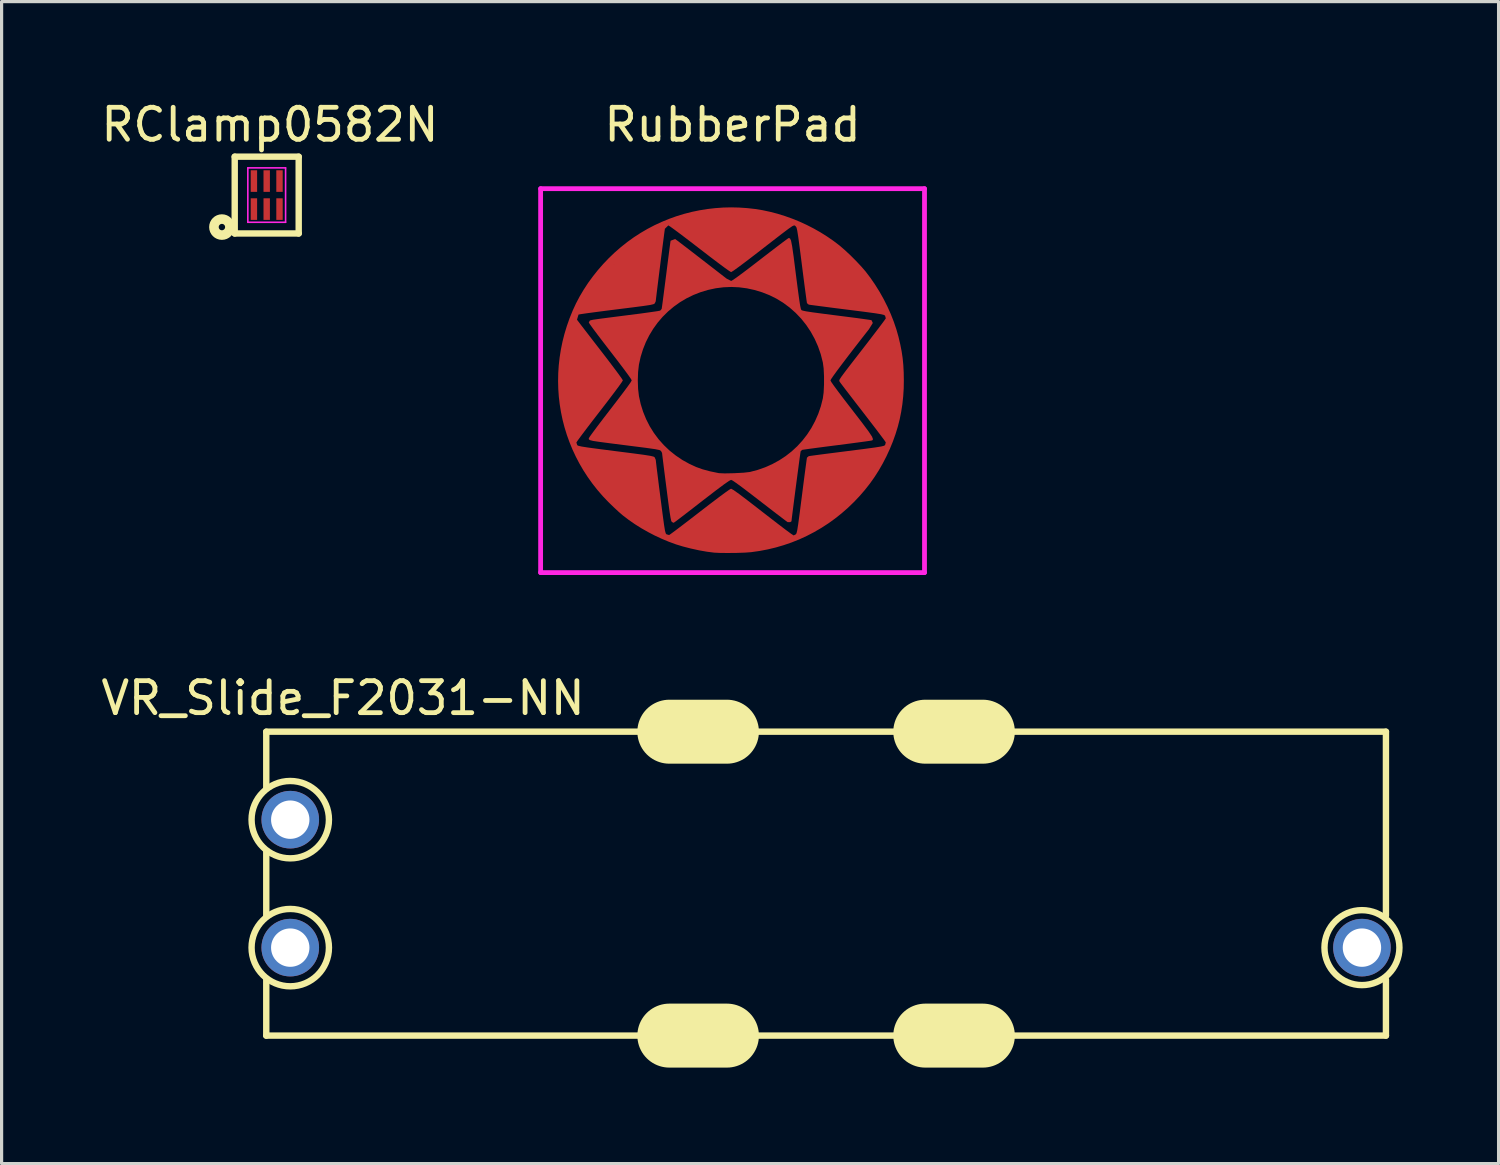
<source format=kicad_pcb>
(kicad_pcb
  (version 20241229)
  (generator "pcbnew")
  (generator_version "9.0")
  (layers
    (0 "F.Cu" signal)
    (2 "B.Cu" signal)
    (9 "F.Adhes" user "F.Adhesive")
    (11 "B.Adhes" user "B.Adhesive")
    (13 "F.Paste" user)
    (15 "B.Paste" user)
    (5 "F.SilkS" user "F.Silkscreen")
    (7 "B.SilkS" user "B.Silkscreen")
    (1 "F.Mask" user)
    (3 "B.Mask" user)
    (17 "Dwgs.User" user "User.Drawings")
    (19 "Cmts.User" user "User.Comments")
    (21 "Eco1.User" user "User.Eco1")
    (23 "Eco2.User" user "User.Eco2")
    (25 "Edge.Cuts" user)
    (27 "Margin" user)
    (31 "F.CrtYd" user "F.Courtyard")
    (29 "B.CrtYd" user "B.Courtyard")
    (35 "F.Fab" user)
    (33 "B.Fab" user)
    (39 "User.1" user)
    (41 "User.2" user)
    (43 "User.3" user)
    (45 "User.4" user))
  (footprint "RubberPad"
    (layer "F.Cu")
    (at 19.849 8.848)
    (property "Reference" "RubberPad" (at 0 -8 0) (layer "F.SilkS") (effects (font (size 1 1) (thickness 0.15))))
    (attr exclude_from_pos_files exclude_from_bom)
    (fp_poly (pts (xy -1.898 4.417) (xy -2.149 2.015) (xy -1.97 2.186) (xy -1.775 2.341) (xy -1.567 2.482) (xy -1.344 2.605) (xy -1.141 2.699) (xy -0.937 2.772) (xy -0.708 2.834) (xy -0.428 2.892) (xy -0.247 2.9) (xy 0.046 2.894) (xy 0.344 2.878) (xy 0.539 2.856) (xy 0.785 2.791) (xy 1.021 2.708) (xy 1.246 2.607) (xy 1.459 2.491) (xy 1.661 2.358) (xy 1.85 2.21) (xy 2.026 2.047) (xy 2.187 1.87) (xy 2.334 1.68) (xy 2.465 1.478) (xy 2.58 1.263) (xy 2.679 1.038) (xy 2.76 0.802) (xy 2.822 0.556) (xy 2.847 0.37) (xy 2.859 0.125) (xy 2.859 -0.139) (xy 2.847 -0.384) (xy 2.822 -0.569) (xy 2.757 -0.824) (xy 2.672 -1.069) (xy 2.567 -1.304) (xy 2.444 -1.528) (xy 2.303 -1.739) (xy 2.146 -1.936) (xy 1.971 -2.119) (xy 1.781 -2.287) (xy 1.575 -2.439) (xy 1.369 -2.564) (xy 1.151 -2.672) (xy 0.922 -2.762) (xy 0.687 -2.833) (xy 0.447 -2.885) (xy 0.204 -2.917) (xy -0.039 -2.928) (xy -0.279 -2.918) (xy -0.527 -2.887) (xy -0.767 -2.835) (xy -1 -2.765) (xy -1.224 -2.677) (xy -1.439 -2.572) (xy -1.643 -2.451) (xy -1.836 -2.313) (xy -2.017 -2.161) (xy -2.185 -1.995) (xy -2.339 -1.815) (xy -2.478 -1.623) (xy -2.602 -1.419) (xy -2.71 -1.204) (xy -2.8 -0.979) (xy -2.873 -0.744) (xy -2.927 -0.5) (xy -2.953 -0.271) (xy -2.962 -0.007) (xy -2.953 0.258) (xy -2.926 0.486) (xy -2.871 0.735) (xy -2.796 0.974) (xy -2.702 1.205) (xy -2.59 1.425) (xy -2.46 1.634) (xy -2.313 1.831) (xy -2.149 2.015) (xy -1.898 4.417) (xy -1.917 4.383) (xy -1.938 4.288) (xy -1.968 4.102) (xy -2.01 3.795) (xy -2.069 3.337) (xy -2.112 3.003) (xy -2.149 2.711) (xy -2.178 2.477) (xy -2.197 2.321) (xy -2.204 2.26) (xy -2.239 2.196) (xy -2.285 2.17) (xy -2.42 2.142) (xy -2.71 2.101) (xy -3.221 2.036) (xy -3.78 1.965) (xy -4.146 1.917) (xy -4.36 1.885) (xy -4.462 1.859) (xy -4.493 1.834) (xy -4.494 1.801) (xy -4.46 1.747) (xy -4.364 1.614) (xy -4.219 1.419) (xy -4.035 1.177) (xy -3.823 0.902) (xy -3.592 0.601) (xy -3.405 0.355) (xy -3.267 0.168) (xy -3.181 0.045) (xy -3.152 -0.008) (xy -3.181 -0.061) (xy -3.267 -0.184) (xy -3.405 -0.371) (xy -3.591 -0.617) (xy -3.823 -0.918) (xy -4.034 -1.192) (xy -4.218 -1.434) (xy -4.364 -1.629) (xy -4.459 -1.761) (xy -4.494 -1.815) (xy -4.466 -1.871) (xy -4.438 -1.886) (xy -4.356 -1.904) (xy -4.167 -1.931) (xy -3.815 -1.977) (xy -3.244 -2.05) (xy -2.874 -2.097) (xy -2.566 -2.14) (xy -2.352 -2.171) (xy -2.263 -2.188) (xy -2.216 -2.242) (xy -2.206 -2.306) (xy -2.185 -2.461) (xy -2.155 -2.691) (xy -2.118 -2.978) (xy -2.076 -3.303) (xy -2.035 -3.629) (xy -1.998 -3.917) (xy -1.968 -4.149) (xy -1.947 -4.307) (xy -1.937 -4.373) (xy -1.794 -4.426) (xy -1.715 -4.368) (xy -1.542 -4.236) (xy -1.298 -4.049) (xy -1.01 -3.826) (xy -0.719 -3.601) (xy -0.467 -3.406) (xy -0.28 -3.261) (xy -0.185 -3.188) (xy -0.044 -3.116) (xy 0.008 -3.144) (xy 0.128 -3.227) (xy 0.313 -3.363) (xy 0.56 -3.55) (xy 0.867 -3.787) (xy 1.141 -3.998) (xy 1.382 -4.182) (xy 1.574 -4.328) (xy 1.703 -4.423) (xy 1.754 -4.458) (xy 1.795 -4.446) (xy 1.827 -4.379) (xy 1.862 -4.203) (xy 1.91 -3.869) (xy 1.979 -3.324) (xy 2.038 -2.868) (xy 2.081 -2.553) (xy 2.111 -2.354) (xy 2.134 -2.247) (xy 2.152 -2.205) (xy 2.195 -2.188) (xy 2.304 -2.165) (xy 2.501 -2.135) (xy 2.806 -2.094) (xy 3.243 -2.038) (xy 3.578 -1.995) (xy 3.874 -1.957) (xy 4.113 -1.924) (xy 4.275 -1.901) (xy 4.343 -1.889) (xy 4.384 -1.802) (xy 4.263 -1.606) (xy 4.014 -1.288) (xy 3.785 -0.993) (xy 3.581 -0.727) (xy 3.404 -0.494) (xy 3.26 -0.301) (xy 3.152 -0.152) (xy 3.084 -0.052) (xy 3.06 -0.008) (xy 3.087 0.044) (xy 3.168 0.161) (xy 3.302 0.342) (xy 3.487 0.587) (xy 3.724 0.894) (xy 4.05 1.317) (xy 4.254 1.591) (xy 4.36 1.751) (xy 4.39 1.832) (xy 4.368 1.868) (xy 4.307 1.879) (xy 4.149 1.902) (xy 3.913 1.934) (xy 3.618 1.973) (xy 3.28 2.017) (xy 2.942 2.06) (xy 2.644 2.099) (xy 2.405 2.131) (xy 2.243 2.154) (xy 2.177 2.164) (xy 2.128 2.209) (xy 2.116 2.289) (xy 2.088 2.49) (xy 2.05 2.777) (xy 2.005 3.116) (xy 1.958 3.473) (xy 1.914 3.814) (xy 1.877 4.104) (xy 1.851 4.31) (xy 1.842 4.396) (xy 1.802 4.424) (xy 1.723 4.424) (xy 1.667 4.384) (xy 1.537 4.285) (xy 1.346 4.14) (xy 1.11 3.958) (xy 0.843 3.752) (xy 0.527 3.509) (xy 0.285 3.325) (xy 0.112 3.199) (xy 0.003 3.125) (xy -0.046 3.102) (xy -0.113 3.136) (xy -0.267 3.243) (xy -0.516 3.429) (xy -0.869 3.7) (xy -1.334 4.061) (xy -1.619 4.28) (xy -1.769 4.394) (xy -1.83 4.437) (xy -1.847 4.444) (xy -1.898 4.417)) (stroke (width 0) (type solid)) (fill yes) (layer "F.Cu"))
    (fp_poly (pts (xy -0.576 5.377) (xy -1.017 4.096) (xy -0.699 3.851) (xy -0.436 3.652) (xy -0.235 3.503) (xy -0.103 3.41) (xy -0.047 3.378) (xy 0.035 3.423) (xy 0.211 3.548) (xy 0.46 3.737) (xy 0.631 3.869) (xy 0.826 4.02) (xy 1.031 4.179) (xy 1.229 4.332) (xy 1.404 4.467) (xy 1.649 4.654) (xy 1.831 4.788) (xy 1.91 4.839) (xy 1.978 4.804) (xy 1.999 4.77) (xy 2.022 4.676) (xy 2.053 4.48) (xy 2.099 4.138) (xy 2.167 3.607) (xy 2.214 3.239) (xy 2.256 2.915) (xy 2.291 2.655) (xy 2.315 2.479) (xy 2.326 2.408) (xy 2.381 2.361) (xy 2.453 2.35) (xy 2.63 2.326) (xy 2.889 2.292) (xy 3.212 2.251) (xy 3.578 2.204) (xy 4.111 2.136) (xy 4.451 2.09) (xy 4.644 2.059) (xy 4.735 2.036) (xy 4.768 2.014) (xy 4.79 1.931) (xy 4.75 1.871) (xy 4.646 1.731) (xy 4.491 1.525) (xy 4.295 1.27) (xy 4.073 0.981) (xy 3.849 0.692) (xy 3.653 0.437) (xy 3.495 0.231) (xy 3.388 0.09) (xy 3.345 0.03) (xy 3.334 0.005) (xy 3.346 -0.036) (xy 3.405 -0.127) (xy 3.534 -0.301) (xy 3.758 -0.592) (xy 4.099 -1.032) (xy 4.314 -1.311) (xy 4.502 -1.557) (xy 4.652 -1.755) (xy 4.752 -1.89) (xy 4.791 -1.947) (xy 4.767 -2.03) (xy 4.734 -2.053) (xy 4.646 -2.075) (xy 4.455 -2.106) (xy 4.115 -2.152) (xy 3.577 -2.22) (xy 3.211 -2.266) (xy 2.889 -2.308) (xy 2.629 -2.342) (xy 2.453 -2.365) (xy 2.381 -2.376) (xy 2.326 -2.422) (xy 2.315 -2.493) (xy 2.291 -2.668) (xy 2.256 -2.928) (xy 2.214 -3.252) (xy 2.167 -3.621) (xy 2.099 -4.152) (xy 2.053 -4.494) (xy 2.022 -4.69) (xy 2 -4.784) (xy 1.978 -4.818) (xy 1.953 -4.843) (xy 1.925 -4.853) (xy 1.866 -4.827) (xy 1.75 -4.747) (xy 1.548 -4.595) (xy 1.232 -4.351) (xy 0.776 -3.997) (xy 0.463 -3.757) (xy 0.207 -3.565) (xy 0.031 -3.438) (xy -0.045 -3.392) (xy -0.103 -3.427) (xy -0.242 -3.525) (xy -0.45 -3.68) (xy -0.716 -3.881) (xy -1.029 -4.122) (xy -1.328 -4.352) (xy -1.592 -4.553) (xy -1.804 -4.711) (xy -1.948 -4.815) (xy -2.008 -4.852) (xy -2.115 -4.747) (xy -2.128 -4.657) (xy -2.156 -4.444) (xy -2.195 -4.144) (xy -2.24 -3.792) (xy -2.286 -3.423) (xy -2.33 -3.072) (xy -2.367 -2.775) (xy -2.392 -2.565) (xy -2.402 -2.478) (xy -2.436 -2.409) (xy -2.473 -2.389) (xy -2.571 -2.366) (xy -2.769 -2.336) (xy -3.105 -2.292) (xy -3.616 -2.228) (xy -3.979 -2.182) (xy -4.301 -2.14) (xy -4.561 -2.105) (xy -4.739 -2.079) (xy -4.815 -2.065) (xy -4.863 -1.905) (xy -4.818 -1.845) (xy -4.71 -1.703) (xy -4.551 -1.497) (xy -4.354 -1.241) (xy -4.131 -0.953) (xy -3.907 -0.662) (xy -3.714 -0.407) (xy -3.562 -0.203) (xy -3.464 -0.065) (xy -3.429 -0.007) (xy -3.466 0.053) (xy -3.568 0.196) (xy -3.725 0.406) (xy -3.922 0.666) (xy -4.149 0.96) (xy -4.377 1.255) (xy -4.576 1.516) (xy -4.735 1.727) (xy -4.841 1.872) (xy -4.882 1.934) (xy -4.855 2.019) (xy -4.814 2.039) (xy -4.708 2.062) (xy -4.501 2.094) (xy -4.158 2.14) (xy -3.644 2.206) (xy -3.117 2.273) (xy -2.773 2.319) (xy -2.572 2.351) (xy -2.473 2.374) (xy -2.436 2.395) (xy -2.401 2.477) (xy -2.393 2.548) (xy -2.373 2.719) (xy -2.341 2.972) (xy -2.302 3.286) (xy -2.256 3.643) (xy -2.188 4.167) (xy -2.143 4.499) (xy -2.113 4.685) (xy -2.09 4.771) (xy -2.067 4.803) (xy -1.983 4.827) (xy -1.923 4.786) (xy -1.781 4.681) (xy -1.571 4.522) (xy -1.311 4.323) (xy -1.017 4.096) (xy -1.017 4.096) (xy -0.576 5.377) (xy -0.795 5.349) (xy -1.045 5.305) (xy -1.305 5.248) (xy -1.554 5.184) (xy -1.77 5.118) (xy -1.993 5.036) (xy -2.214 4.944) (xy -2.431 4.843) (xy -2.644 4.732) (xy -2.851 4.614) (xy -3.052 4.488) (xy -3.244 4.355) (xy -3.428 4.215) (xy -3.552 4.108) (xy -3.715 3.957) (xy -3.883 3.794) (xy -4.059 3.609) (xy -4.225 3.417) (xy -4.38 3.22) (xy -4.526 3.016) (xy -4.661 2.808) (xy -4.786 2.594) (xy -4.9 2.376) (xy -5.004 2.153) (xy -5.097 1.926) (xy -5.18 1.696) (xy -5.252 1.462) (xy -5.313 1.226) (xy -5.363 0.987) (xy -5.402 0.746) (xy -5.431 0.503) (xy -5.448 0.259) (xy -5.454 0.013) (xy -5.449 -0.233) (xy -5.433 -0.48) (xy -5.405 -0.727) (xy -5.366 -0.973) (xy -5.316 -1.219) (xy -5.254 -1.463) (xy -5.18 -1.707) (xy -5.095 -1.948) (xy -4.998 -2.188) (xy -4.896 -2.409) (xy -4.781 -2.628) (xy -4.654 -2.842) (xy -4.517 -3.052) (xy -4.368 -3.256) (xy -4.21 -3.455) (xy -4.042 -3.647) (xy -3.866 -3.831) (xy -3.681 -4.008) (xy -3.489 -4.175) (xy -3.289 -4.334) (xy -3.083 -4.482) (xy -2.874 -4.617) (xy -2.659 -4.743) (xy -2.439 -4.858) (xy -2.214 -4.962) (xy -1.985 -5.056) (xy -1.752 -5.14) (xy -1.516 -5.212) (xy -1.276 -5.274) (xy -1.034 -5.324) (xy -0.789 -5.364) (xy -0.542 -5.392) (xy -0.294 -5.41) (xy -0.045 -5.416) (xy 0.206 -5.41) (xy 0.456 -5.393) (xy 0.707 -5.365) (xy 0.939 -5.327) (xy 1.172 -5.277) (xy 1.404 -5.217) (xy 1.636 -5.145) (xy 1.865 -5.063) (xy 2.092 -4.971) (xy 2.314 -4.869) (xy 2.533 -4.757) (xy 2.745 -4.637) (xy 2.951 -4.508) (xy 3.15 -4.371) (xy 3.341 -4.226) (xy 3.498 -4.091) (xy 3.678 -3.924) (xy 3.86 -3.742) (xy 4.027 -3.564) (xy 4.158 -3.412) (xy 4.313 -3.208) (xy 4.459 -2.995) (xy 4.596 -2.775) (xy 4.724 -2.547) (xy 4.84 -2.316) (xy 4.946 -2.08) (xy 5.039 -1.843) (xy 5.12 -1.605) (xy 5.187 -1.369) (xy 5.242 -1.136) (xy 5.285 -0.917) (xy 5.317 -0.702) (xy 5.338 -0.485) (xy 5.35 -0.256) (xy 5.354 -0.007) (xy 5.35 0.247) (xy 5.334 0.495) (xy 5.308 0.738) (xy 5.271 0.976) (xy 5.224 1.21) (xy 5.165 1.442) (xy 5.094 1.672) (xy 5.012 1.902) (xy 4.918 2.131) (xy 4.812 2.362) (xy 4.696 2.587) (xy 4.571 2.805) (xy 4.437 3.015) (xy 4.293 3.218) (xy 4.138 3.415) (xy 3.973 3.606) (xy 3.796 3.793) (xy 3.605 3.977) (xy 3.407 4.15) (xy 3.203 4.312) (xy 2.992 4.464) (xy 2.774 4.605) (xy 2.55 4.735) (xy 2.321 4.854) (xy 2.087 4.962) (xy 1.847 5.058) (xy 1.602 5.142) (xy 1.353 5.215) (xy 1.099 5.276) (xy 0.842 5.325) (xy 0.581 5.362) (xy 0.395 5.376) (xy 0.139 5.385) (xy -0.138 5.388) (xy -0.392 5.386) (xy -0.576 5.377)) (stroke (width 0) (type solid)) (fill yes) (layer "F.Cu"))
    (fp_poly (pts (xy -0.444 5.586) (xy -0.696 5.563) (xy -0.945 5.529) (xy -1.191 5.483) (xy -1.435 5.427) (xy -1.675 5.359) (xy -1.911 5.282) (xy -2.143 5.193) (xy -2.371 5.095) (xy -2.594 4.987) (xy -2.813 4.869) (xy -3.025 4.742) (xy -3.232 4.605) (xy -3.433 4.46) (xy -3.627 4.305) (xy -3.814 4.143) (xy -3.995 3.972) (xy -4.167 3.793) (xy -4.332 3.606) (xy -4.489 3.411) (xy -4.638 3.209) (xy -4.777 3) (xy -4.907 2.784) (xy -5.028 2.561) (xy -5.14 2.333) (xy -5.239 2.108) (xy -5.326 1.886) (xy -5.402 1.662) (xy -5.468 1.434) (xy -5.524 1.198) (xy -5.572 0.953) (xy -5.612 0.694) (xy -5.634 0.482) (xy -5.646 0.233) (xy -5.648 -0.036) (xy -5.642 -0.306) (xy -5.627 -0.559) (xy -5.603 -0.777) (xy -5.56 -1.033) (xy -5.508 -1.283) (xy -5.446 -1.527) (xy -5.374 -1.766) (xy -5.292 -1.999) (xy -5.199 -2.228) (xy -5.096 -2.453) (xy -4.982 -2.674) (xy -4.857 -2.891) (xy -4.721 -3.106) (xy -4.58 -3.309) (xy -4.431 -3.505) (xy -4.273 -3.694) (xy -4.108 -3.875) (xy -3.935 -4.048) (xy -3.755 -4.214) (xy -3.569 -4.372) (xy -3.375 -4.521) (xy -3.176 -4.661) (xy -2.971 -4.793) (xy -2.761 -4.916) (xy -2.545 -5.029) (xy -2.324 -5.133) (xy -2.099 -5.227) (xy -1.87 -5.312) (xy -1.636 -5.386) (xy -1.399 -5.45) (xy -1.159 -5.503) (xy -0.921 -5.548) (xy -0.714 -5.578) (xy -0.515 -5.597) (xy -0.299 -5.607) (xy -0.043 -5.609) (xy 0.209 -5.605) (xy 0.451 -5.591) (xy 0.686 -5.568) (xy 0.915 -5.536) (xy 1.139 -5.493) (xy 1.362 -5.44) (xy 1.583 -5.377) (xy 1.805 -5.303) (xy 2.031 -5.217) (xy 2.262 -5.118) (xy 2.488 -5.01) (xy 2.708 -4.891) (xy 2.922 -4.763) (xy 3.13 -4.627) (xy 3.331 -4.481) (xy 3.526 -4.327) (xy 3.713 -4.165) (xy 3.893 -3.995) (xy 4.066 -3.818) (xy 4.23 -3.633) (xy 4.386 -3.441) (xy 4.534 -3.243) (xy 4.672 -3.038) (xy 4.802 -2.827) (xy 4.922 -2.611) (xy 5.033 -2.388) (xy 5.133 -2.161) (xy 5.223 -1.929) (xy 5.305 -1.688) (xy 5.374 -1.446) (xy 5.433 -1.201) (xy 5.481 -0.955) (xy 5.517 -0.709) (xy 5.542 -0.461) (xy 5.557 -0.214) (xy 5.56 0.034) (xy 5.553 0.281) (xy 5.535 0.527) (xy 5.506 0.772) (xy 5.466 1.015) (xy 5.416 1.256) (xy 5.355 1.496) (xy 5.284 1.732) (xy 5.202 1.965) (xy 5.11 2.195) (xy 5.008 2.421) (xy 4.895 2.643) (xy 4.772 2.861) (xy 4.639 3.073) (xy 4.496 3.281) (xy 4.343 3.482) (xy 4.183 3.675) (xy 4.016 3.859) (xy 3.841 4.035) (xy 3.66 4.202) (xy 3.473 4.36) (xy 3.279 4.509) (xy 3.079 4.65) (xy 2.873 4.781) (xy 2.662 4.903) (xy 2.445 5.016) (xy 2.224 5.119) (xy 1.997 5.213) (xy 1.766 5.297) (xy 1.531 5.371) (xy 1.292 5.435) (xy 1.049 5.489) (xy 0.802 5.532) (xy 0.552 5.566) (xy 0.299 5.588) (xy 0.043 5.603) (xy -0.167 5.602) (xy -0.444 5.586) (xy -0.444 5.586)) (stroke (width 0) (type solid)) (fill yes) (layer "F.Mask"))
    (fp_line (start -6 -6) (end -6 6) (stroke (width 0.15) (type solid)) (layer "F.CrtYd"))
    (fp_line (start -6 6) (end 6 6) (stroke (width 0.15) (type solid)) (layer "F.CrtYd"))
    (fp_line (start 6 -6) (end -6 -6) (stroke (width 0.15) (type solid)) (layer "F.CrtYd"))
    (fp_line (start 6 6) (end 6 -6) (stroke (width 0.15) (type solid)) (layer "F.CrtYd"))
    (pad "1" smd circle (at -5 0) (size 0.5 0.5) (layers "F.Cu"))
    (pad "1" smd circle (at -3.8 -3.4) (size 0.5 0.5) (layers "F.Cu"))
    (pad "1" smd circle (at -3.6 3.6) (size 0.5 0.5) (layers "F.Cu"))
    (pad "1" smd circle (at 0 -5) (size 0.5 0.5) (layers "F.Cu"))
    (pad "1" smd circle (at 0 5) (size 0.5 0.5) (layers "F.Cu"))
    (pad "1" smd circle (at 3.4 3.6) (size 0.5 0.5) (layers "F.Cu"))
    (pad "1" smd circle (at 3.6 -3.6) (size 0.5 0.5) (layers "F.Cu"))
    (pad "1" smd circle (at 5 0) (size 0.5 0.5) (layers "F.Cu"))
    (pad "2" smd circle (at -3.2 -1.2) (size 0.5 0.5) (layers "F.Cu"))
    (pad "2" smd circle (at -3 1.4) (size 0.5 0.5) (layers "F.Cu"))
    (pad "2" smd circle (at -1.4 -3) (size 0.5 0.5) (layers "F.Cu"))
    (pad "2" smd circle (at -1.4 3) (size 0.5 0.5) (layers "F.Cu"))
    (pad "2" smd circle (at 1.2 -3) (size 0.5 0.5) (layers "F.Cu"))
    (pad "2" smd circle (at 1.2 3) (size 0.5 0.5) (layers "F.Cu"))
    (pad "2" smd circle (at 3 -1.2) (size 0.5 0.5) (layers "F.Cu"))
    (pad "2" smd circle (at 3 1.4) (size 0.5 0.5) (layers "F.Cu")))
  (footprint "VR_Slide_F2031-NN"
    (layer "F.Cu")
    (at 22.773 24.572)
    (property "Reference" "VR_Slide_F2031-NN" (at -15.1 -5.8 0) (layer "F.SilkS") (effects (font (size 1 1) (thickness 0.15))))
    (attr exclude_from_pos_files exclude_from_bom)
    (fp_line (start -17.5 -4.75) (end -17.5 -3) (stroke (width 0.2) (type solid)) (layer "F.SilkS"))
    (fp_line (start -17.5 -1) (end -17.5 1) (stroke (width 0.2) (type solid)) (layer "F.SilkS"))
    (fp_line (start -17.5 4.75) (end -17.5 3) (stroke (width 0.2) (type solid)) (layer "F.SilkS"))
    (fp_line (start -17.5 4.75) (end 17.5 4.75) (stroke (width 0.2) (type solid)) (layer "F.SilkS"))
    (fp_line (start -4.9 -4.75) (end -3.1 -4.75) (stroke (width 2) (type solid)) (layer "F.SilkS"))
    (fp_line (start -4.9 4.75) (end -3.1 4.75) (stroke (width 2) (type solid)) (layer "F.SilkS"))
    (fp_line (start 4.9 -4.75) (end 3.1 -4.75) (stroke (width 2) (type solid)) (layer "F.SilkS"))
    (fp_line (start 4.9 4.75) (end 3.1 4.75) (stroke (width 2) (type solid)) (layer "F.SilkS"))
    (fp_line (start 17.5 -4.75) (end -17.5 -4.75) (stroke (width 0.2) (type solid)) (layer "F.SilkS"))
    (fp_line (start 17.5 -4.75) (end 17.5 1) (stroke (width 0.2) (type solid)) (layer "F.SilkS"))
    (fp_line (start 17.5 4.75) (end 17.5 3) (stroke (width 0.2) (type solid)) (layer "F.SilkS"))
    (fp_circle (center -16.75 -2) (end -15.7 -1.4) (stroke (width 0.2) (type solid)) (fill no) (layer "F.SilkS"))
    (fp_circle (center -16.75 2) (end -15.7 2.6) (stroke (width 0.2) (type solid)) (fill no) (layer "F.SilkS"))
    (fp_circle (center 16.75 2) (end 17.5 2.9) (stroke (width 0.2) (type solid)) (fill no) (layer "F.SilkS"))
    (pad "1" thru_hole circle (at -16.75 2) (size 1.8 1.8) (drill 1.2) (layers "*.Cu" "*.Mask"))
    (pad "2" thru_hole circle (at -16.75 -2) (size 1.8 1.8) (drill 1.2) (layers "*.Cu" "*.Mask"))
    (pad "3" thru_hole circle (at 16.75 2) (size 1.8 1.8) (drill 1.2) (layers "*.Cu" "*.Mask")))
  (footprint "RClamp0582N"
    (layer "F.Cu")
    (at 5.287 3.048)
    (property "Reference" "RClamp0582N" (at 0.1 -2.2 0) (layer "F.SilkS") (effects (font (size 1 1) (thickness 0.15))))
    (attr smd)
    (fp_line (start -1 1.2) (end -1 -1.2) (stroke (width 0.2) (type solid)) (layer "F.SilkS"))
    (fp_line (start 1 -1.2) (end -1 -1.2) (stroke (width 0.2) (type solid)) (layer "F.SilkS"))
    (fp_line (start 1 1.2) (end -1 1.2) (stroke (width 0.2) (type solid)) (layer "F.SilkS"))
    (fp_line (start 1 1.2) (end 1 -1.2) (stroke (width 0.2) (type solid)) (layer "F.SilkS"))
    (fp_circle (center -1.4 1) (end -1.4 1.1) (stroke (width 0.3) (type solid)) (fill no) (layer "F.SilkS"))
    (fp_line (start -0.59 -0.85) (end -0.59 0.85) (stroke (width 0.05) (type solid)) (layer "F.CrtYd"))
    (fp_line (start -0.59 -0.85) (end 0.59 -0.85) (stroke (width 0.05) (type solid)) (layer "F.CrtYd"))
    (fp_line (start 0.59 0.85) (end -0.59 0.85) (stroke (width 0.05) (type solid)) (layer "F.CrtYd"))
    (fp_line (start 0.59 0.85) (end 0.59 -0.85) (stroke (width 0.05) (type solid)) (layer "F.CrtYd"))
    (pad "1" smd rect (at -0.4 0.438) (size 0.2 0.675) (layers "F.Cu" "F.Mask" "F.Paste"))
    (pad "2" smd rect (at 0 0.438) (size 0.2 0.675) (layers "F.Cu" "F.Mask" "F.Paste"))
    (pad "3" smd rect (at 0.4 0.438) (size 0.2 0.675) (layers "F.Cu" "F.Mask" "F.Paste"))
    (pad "4" smd rect (at 0.4 -0.438) (size 0.2 0.675) (layers "F.Cu" "F.Mask" "F.Paste"))
    (pad "5" smd rect (at 0 -0.438) (size 0.2 0.675) (layers "F.Cu" "F.Mask" "F.Paste"))
    (pad "6" smd rect (at -0.4 -0.438) (size 0.2 0.675) (layers "F.Cu" "F.Mask" "F.Paste")))
  (gr_rect
    (start -3 -3)
    (end 43.794 33.322)
    (stroke (width 0.1) (type default))
    (fill no)
    (layer "Edge.Cuts")))
</source>
